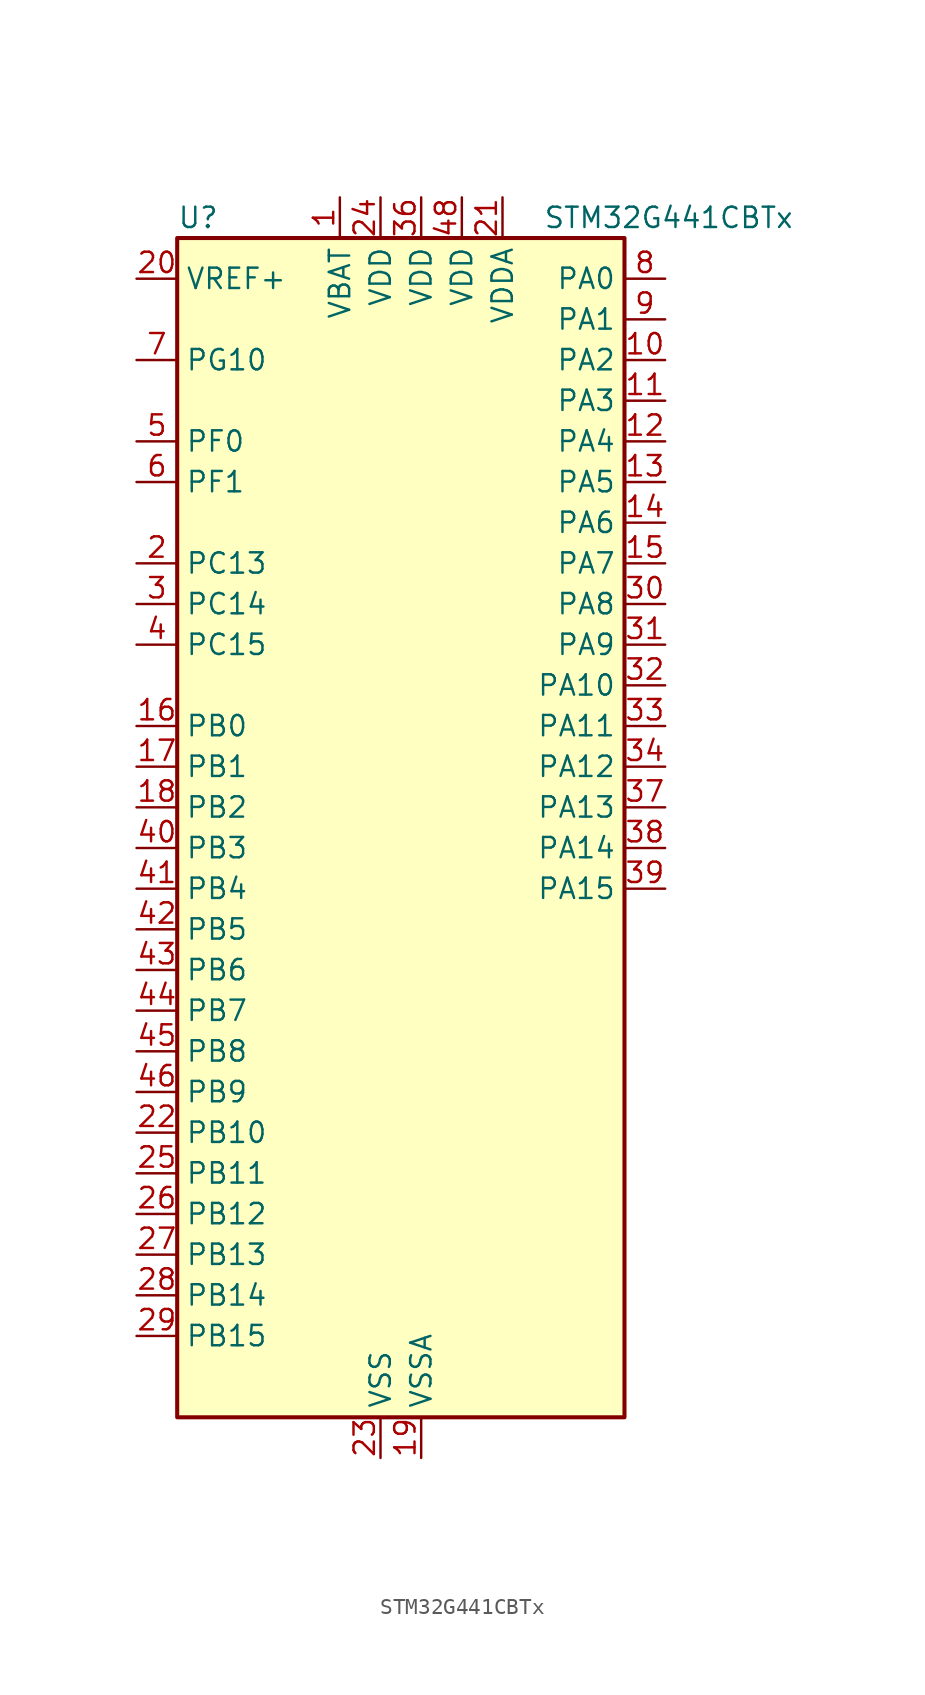
<source format=kicad_sym>
(kicad_symbol_lib
  (version 20231120)
  (generator "kicad_symbol_editor")
  (generator_version "8.0")
  (symbol "STM32G441CBTx"
    (property "Reference" "U"
      (at -12.7 39.37 0)
      (effects (font (size 1.27 1.27)) (justify left)))
    (property "Value" "STM32G441CBTx"
      (at 10.16 39.37 0)
      (effects (font (size 1.27 1.27)) (justify left)))
    (property "ki_locked" ""
      (at 0 0 0)
      (effects (font (size 1.27 1.27))))
    (symbol "STM32G441CBTx_0_1"
      (rectangle (start -12.7 -35.56) (end 15.24 38.1) (stroke (width 0.254) (type default)) (fill (type background))))
    (symbol "STM32G441CBTx_1_1"
      (pin power_in line (at -2.54 40.64 270) (length 2.54) (name "VBAT" (effects (font (size 1.27 1.27)))) (number "1" (effects (font (size 1.27 1.27)))))
      (pin bidirectional line (at 17.78 30.48 180) (length 2.54) (name "PA2" (effects (font (size 1.27 1.27)))) (number "10" (effects (font (size 1.27 1.27)))) (alternate "ADC1_IN3" bidirectional line) (alternate "COMP2_INM" bidirectional line) (alternate "COMP2_OUT" bidirectional line) (alternate "LPUART1_TX" bidirectional line) (alternate "OPAMP1_VOUT" bidirectional line) (alternate "RCC_LSCO" bidirectional line) (alternate "SYS_WKUP4" bidirectional line) (alternate "TIM15_CH1" bidirectional line) (alternate "TIM2_CH3" bidirectional line) (alternate "UCPD1_FRSTX1" bidirectional line) (alternate "UCPD1_FRSTX2" bidirectional line) (alternate "USART2_TX" bidirectional line))
      (pin bidirectional line (at 17.78 27.94 180) (length 2.54) (name "PA3" (effects (font (size 1.27 1.27)))) (number "11" (effects (font (size 1.27 1.27)))) (alternate "ADC1_IN4" bidirectional line) (alternate "COMP2_INP" bidirectional line) (alternate "LPUART1_RX" bidirectional line) (alternate "OPAMP1_VINM" bidirectional line) (alternate "OPAMP1_VINM0" bidirectional line) (alternate "OPAMP1_VINM_SEC" bidirectional line) (alternate "OPAMP1_VINP" bidirectional line) (alternate "OPAMP1_VINP_SEC" bidirectional line) (alternate "SAI1_CK1" bidirectional line) (alternate "SAI1_MCLK_A" bidirectional line) (alternate "TIM15_CH2" bidirectional line) (alternate "TIM2_CH4" bidirectional line) (alternate "USART2_RX" bidirectional line))
      (pin bidirectional line (at 17.78 25.4 180) (length 2.54) (name "PA4" (effects (font (size 1.27 1.27)))) (number "12" (effects (font (size 1.27 1.27)))) (alternate "ADC2_IN17" bidirectional line) (alternate "COMP1_INM" bidirectional line) (alternate "DAC1_OUT1" bidirectional line) (alternate "I2S3_WS" bidirectional line) (alternate "SAI1_FS_B" bidirectional line) (alternate "SPI1_NSS" bidirectional line) (alternate "SPI3_NSS" bidirectional line) (alternate "TIM3_CH2" bidirectional line) (alternate "USART2_CK" bidirectional line))
      (pin bidirectional line (at 17.78 22.86 180) (length 2.54) (name "PA5" (effects (font (size 1.27 1.27)))) (number "13" (effects (font (size 1.27 1.27)))) (alternate "ADC2_IN13" bidirectional line) (alternate "COMP2_INM" bidirectional line) (alternate "DAC1_OUT2" bidirectional line) (alternate "OPAMP2_VINM" bidirectional line) (alternate "OPAMP2_VINM0" bidirectional line) (alternate "OPAMP2_VINM_SEC" bidirectional line) (alternate "SPI1_SCK" bidirectional line) (alternate "TIM2_CH1" bidirectional line) (alternate "TIM2_ETR" bidirectional line) (alternate "UCPD1_FRSTX1" bidirectional line) (alternate "UCPD1_FRSTX2" bidirectional line))
      (pin bidirectional line (at 17.78 20.32 180) (length 2.54) (name "PA6" (effects (font (size 1.27 1.27)))) (number "14" (effects (font (size 1.27 1.27)))) (alternate "ADC2_IN3" bidirectional line) (alternate "COMP1_OUT" bidirectional line) (alternate "LPUART1_CTS" bidirectional line) (alternate "OPAMP2_VOUT" bidirectional line) (alternate "SPI1_MISO" bidirectional line) (alternate "TIM16_CH1" bidirectional line) (alternate "TIM1_BKIN" bidirectional line) (alternate "TIM3_CH1" bidirectional line) (alternate "TIM8_BKIN" bidirectional line))
      (pin bidirectional line (at 17.78 17.78 180) (length 2.54) (name "PA7" (effects (font (size 1.27 1.27)))) (number "15" (effects (font (size 1.27 1.27)))) (alternate "ADC2_IN4" bidirectional line) (alternate "COMP2_INP" bidirectional line) (alternate "COMP2_OUT" bidirectional line) (alternate "OPAMP1_VINP" bidirectional line) (alternate "OPAMP1_VINP_SEC" bidirectional line) (alternate "OPAMP2_VINP" bidirectional line) (alternate "OPAMP2_VINP_SEC" bidirectional line) (alternate "SPI1_MOSI" bidirectional line) (alternate "TIM17_CH1" bidirectional line) (alternate "TIM1_CH1N" bidirectional line) (alternate "TIM3_CH2" bidirectional line) (alternate "TIM8_CH1N" bidirectional line) (alternate "UCPD1_FRSTX1" bidirectional line) (alternate "UCPD1_FRSTX2" bidirectional line))
      (pin bidirectional line (at -15.24 7.62 0) (length 2.54) (name "PB0" (effects (font (size 1.27 1.27)))) (number "16" (effects (font (size 1.27 1.27)))) (alternate "ADC1_IN15" bidirectional line) (alternate "COMP4_INP" bidirectional line) (alternate "OPAMP2_VINP" bidirectional line) (alternate "OPAMP2_VINP_SEC" bidirectional line) (alternate "OPAMP3_VINP" bidirectional line) (alternate "OPAMP3_VINP_SEC" bidirectional line) (alternate "TIM1_CH2N" bidirectional line) (alternate "TIM3_CH3" bidirectional line) (alternate "TIM8_CH2N" bidirectional line) (alternate "UCPD1_FRSTX1" bidirectional line) (alternate "UCPD1_FRSTX2" bidirectional line))
      (pin bidirectional line (at -15.24 5.08 0) (length 2.54) (name "PB1" (effects (font (size 1.27 1.27)))) (number "17" (effects (font (size 1.27 1.27)))) (alternate "ADC1_IN12" bidirectional line) (alternate "COMP1_INP" bidirectional line) (alternate "COMP4_OUT" bidirectional line) (alternate "LPUART1_DE" bidirectional line) (alternate "LPUART1_RTS" bidirectional line) (alternate "OPAMP3_VOUT" bidirectional line) (alternate "TIM1_CH3N" bidirectional line) (alternate "TIM3_CH4" bidirectional line) (alternate "TIM8_CH3N" bidirectional line))
      (pin bidirectional line (at -15.24 2.54 0) (length 2.54) (name "PB2" (effects (font (size 1.27 1.27)))) (number "18" (effects (font (size 1.27 1.27)))) (alternate "ADC2_IN12" bidirectional line) (alternate "COMP4_INM" bidirectional line) (alternate "I2C3_SMBA" bidirectional line) (alternate "LPTIM1_OUT" bidirectional line) (alternate "OPAMP3_VINM" bidirectional line) (alternate "OPAMP3_VINM0" bidirectional line) (alternate "OPAMP3_VINM_SEC" bidirectional line) (alternate "RTC_OUT2" bidirectional line))
      (pin power_in line (at 2.54 -38.1 90) (length 2.54) (name "VSSA" (effects (font (size 1.27 1.27)))) (number "19" (effects (font (size 1.27 1.27)))))
      (pin bidirectional line (at -15.24 17.78 0) (length 2.54) (name "PC13" (effects (font (size 1.27 1.27)))) (number "2" (effects (font (size 1.27 1.27)))) (alternate "RTC_OUT1" bidirectional line) (alternate "RTC_TAMP1" bidirectional line) (alternate "RTC_TS" bidirectional line) (alternate "SYS_WKUP2" bidirectional line) (alternate "TIM1_BKIN" bidirectional line) (alternate "TIM1_CH1N" bidirectional line) (alternate "TIM8_CH4N" bidirectional line))
      (pin input line (at -15.24 35.56 0) (length 2.54) (name "VREF+" (effects (font (size 1.27 1.27)))) (number "20" (effects (font (size 1.27 1.27)))) (alternate "VREFBUF_OUT" bidirectional line))
      (pin power_in line (at 7.62 40.64 270) (length 2.54) (name "VDDA" (effects (font (size 1.27 1.27)))) (number "21" (effects (font (size 1.27 1.27)))))
      (pin bidirectional line (at -15.24 -17.78 0) (length 2.54) (name "PB10" (effects (font (size 1.27 1.27)))) (number "22" (effects (font (size 1.27 1.27)))) (alternate "DAC1_EXTI10" bidirectional line) (alternate "DAC3_EXTI10" bidirectional line) (alternate "LPUART1_RX" bidirectional line) (alternate "OPAMP3_VINM" bidirectional line) (alternate "OPAMP3_VINM1" bidirectional line) (alternate "OPAMP3_VINM_SEC" bidirectional line) (alternate "SAI1_SCK_A" bidirectional line) (alternate "TIM1_BKIN" bidirectional line) (alternate "TIM2_CH3" bidirectional line) (alternate "USART3_TX" bidirectional line))
      (pin power_in line (at 0 -38.1 90) (length 2.54) (name "VSS" (effects (font (size 1.27 1.27)))) (number "23" (effects (font (size 1.27 1.27)))))
      (pin power_in line (at 0 40.64 270) (length 2.54) (name "VDD" (effects (font (size 1.27 1.27)))) (number "24" (effects (font (size 1.27 1.27)))))
      (pin bidirectional line (at -15.24 -20.32 0) (length 2.54) (name "PB11" (effects (font (size 1.27 1.27)))) (number "25" (effects (font (size 1.27 1.27)))) (alternate "ADC1_EXTI11" bidirectional line) (alternate "ADC1_IN14" bidirectional line) (alternate "ADC2_EXTI11" bidirectional line) (alternate "ADC2_IN14" bidirectional line) (alternate "LPUART1_TX" bidirectional line) (alternate "TIM2_CH4" bidirectional line) (alternate "USART3_RX" bidirectional line))
      (pin bidirectional line (at -15.24 -22.86 0) (length 2.54) (name "PB12" (effects (font (size 1.27 1.27)))) (number "26" (effects (font (size 1.27 1.27)))) (alternate "ADC1_IN11" bidirectional line) (alternate "I2C2_SMBA" bidirectional line) (alternate "I2S2_WS" bidirectional line) (alternate "LPUART1_DE" bidirectional line) (alternate "LPUART1_RTS" bidirectional line) (alternate "SPI2_NSS" bidirectional line) (alternate "TIM1_BKIN" bidirectional line) (alternate "USART3_CK" bidirectional line))
      (pin bidirectional line (at -15.24 -25.4 0) (length 2.54) (name "PB13" (effects (font (size 1.27 1.27)))) (number "27" (effects (font (size 1.27 1.27)))) (alternate "I2S2_CK" bidirectional line) (alternate "LPUART1_CTS" bidirectional line) (alternate "OPAMP3_VINP" bidirectional line) (alternate "OPAMP3_VINP_SEC" bidirectional line) (alternate "SPI2_SCK" bidirectional line) (alternate "TIM1_CH1N" bidirectional line) (alternate "USART3_CTS" bidirectional line) (alternate "USART3_NSS" bidirectional line))
      (pin bidirectional line (at -15.24 -27.94 0) (length 2.54) (name "PB14" (effects (font (size 1.27 1.27)))) (number "28" (effects (font (size 1.27 1.27)))) (alternate "ADC1_IN5" bidirectional line) (alternate "COMP4_OUT" bidirectional line) (alternate "OPAMP2_VINP" bidirectional line) (alternate "OPAMP2_VINP_SEC" bidirectional line) (alternate "SPI2_MISO" bidirectional line) (alternate "TIM15_CH1" bidirectional line) (alternate "TIM1_CH2N" bidirectional line) (alternate "USART3_DE" bidirectional line) (alternate "USART3_RTS" bidirectional line))
      (pin bidirectional line (at -15.24 -30.48 0) (length 2.54) (name "PB15" (effects (font (size 1.27 1.27)))) (number "29" (effects (font (size 1.27 1.27)))) (alternate "ADC1_EXTI15" bidirectional line) (alternate "ADC2_EXTI15" bidirectional line) (alternate "ADC2_IN15" bidirectional line) (alternate "COMP3_OUT" bidirectional line) (alternate "I2S2_SD" bidirectional line) (alternate "RTC_REFIN" bidirectional line) (alternate "SPI2_MOSI" bidirectional line) (alternate "TIM15_CH1N" bidirectional line) (alternate "TIM15_CH2" bidirectional line) (alternate "TIM1_CH3N" bidirectional line))
      (pin bidirectional line (at -15.24 15.24 0) (length 2.54) (name "PC14" (effects (font (size 1.27 1.27)))) (number "3" (effects (font (size 1.27 1.27)))) (alternate "RCC_OSC32_IN" bidirectional line))
      (pin bidirectional line (at 17.78 15.24 180) (length 2.54) (name "PA8" (effects (font (size 1.27 1.27)))) (number "30" (effects (font (size 1.27 1.27)))) (alternate "I2C2_SDA" bidirectional line) (alternate "I2C3_SCL" bidirectional line) (alternate "I2S2_MCK" bidirectional line) (alternate "RCC_MCO" bidirectional line) (alternate "SAI1_CK2" bidirectional line) (alternate "SAI1_SCK_A" bidirectional line) (alternate "TIM1_CH1" bidirectional line) (alternate "TIM4_ETR" bidirectional line) (alternate "USART1_CK" bidirectional line))
      (pin bidirectional line (at 17.78 12.7 180) (length 2.54) (name "PA9" (effects (font (size 1.27 1.27)))) (number "31" (effects (font (size 1.27 1.27)))) (alternate "DAC1_EXTI9" bidirectional line) (alternate "DAC3_EXTI9" bidirectional line) (alternate "I2C2_SCL" bidirectional line) (alternate "I2C3_SMBA" bidirectional line) (alternate "I2S3_MCK" bidirectional line) (alternate "SAI1_FS_A" bidirectional line) (alternate "TIM15_BKIN" bidirectional line) (alternate "TIM1_CH2" bidirectional line) (alternate "TIM2_CH3" bidirectional line) (alternate "UCPD1_DBCC1" bidirectional line) (alternate "USART1_TX" bidirectional line))
      (pin bidirectional line (at 17.78 10.16 180) (length 2.54) (name "PA10" (effects (font (size 1.27 1.27)))) (number "32" (effects (font (size 1.27 1.27)))) (alternate "CRS_SYNC" bidirectional line) (alternate "DAC1_EXTI10" bidirectional line) (alternate "DAC3_EXTI10" bidirectional line) (alternate "I2C2_SMBA" bidirectional line) (alternate "SAI1_D1" bidirectional line) (alternate "SAI1_SD_A" bidirectional line) (alternate "SPI2_MISO" bidirectional line) (alternate "TIM17_BKIN" bidirectional line) (alternate "TIM1_CH3" bidirectional line) (alternate "TIM2_CH4" bidirectional line) (alternate "TIM8_BKIN" bidirectional line) (alternate "UCPD1_DBCC2" bidirectional line) (alternate "USART1_RX" bidirectional line))
      (pin bidirectional line (at 17.78 7.62 180) (length 2.54) (name "PA11" (effects (font (size 1.27 1.27)))) (number "33" (effects (font (size 1.27 1.27)))) (alternate "ADC1_EXTI11" bidirectional line) (alternate "ADC2_EXTI11" bidirectional line) (alternate "COMP1_OUT" bidirectional line) (alternate "FDCAN1_RX" bidirectional line) (alternate "I2S2_SD" bidirectional line) (alternate "SPI2_MOSI" bidirectional line) (alternate "TIM1_BKIN2" bidirectional line) (alternate "TIM1_CH1N" bidirectional line) (alternate "TIM1_CH4" bidirectional line) (alternate "TIM4_CH1" bidirectional line) (alternate "USART1_CTS" bidirectional line) (alternate "USART1_NSS" bidirectional line) (alternate "USB_DM" bidirectional line))
      (pin bidirectional line (at 17.78 5.08 180) (length 2.54) (name "PA12" (effects (font (size 1.27 1.27)))) (number "34" (effects (font (size 1.27 1.27)))) (alternate "COMP2_OUT" bidirectional line) (alternate "FDCAN1_TX" bidirectional line) (alternate "I2S_CKIN" bidirectional line) (alternate "TIM16_CH1" bidirectional line) (alternate "TIM1_CH2N" bidirectional line) (alternate "TIM1_ETR" bidirectional line) (alternate "TIM4_CH2" bidirectional line) (alternate "USART1_DE" bidirectional line) (alternate "USART1_RTS" bidirectional line) (alternate "USB_DP" bidirectional line))
      (pin passive line (at 0 -38.1 90) (length 2.54) hide (name "VSS" (effects (font (size 1.27 1.27)))) (number "35" (effects (font (size 1.27 1.27)))))
      (pin power_in line (at 2.54 40.64 270) (length 2.54) (name "VDD" (effects (font (size 1.27 1.27)))) (number "36" (effects (font (size 1.27 1.27)))))
      (pin bidirectional line (at 17.78 2.54 180) (length 2.54) (name "PA13" (effects (font (size 1.27 1.27)))) (number "37" (effects (font (size 1.27 1.27)))) (alternate "I2C1_SCL" bidirectional line) (alternate "IR_OUT" bidirectional line) (alternate "SAI1_SD_B" bidirectional line) (alternate "SYS_JTMS-SWDIO" bidirectional line) (alternate "TIM16_CH1N" bidirectional line) (alternate "TIM4_CH3" bidirectional line) (alternate "USART3_CTS" bidirectional line) (alternate "USART3_NSS" bidirectional line))
      (pin bidirectional line (at 17.78 0 180) (length 2.54) (name "PA14" (effects (font (size 1.27 1.27)))) (number "38" (effects (font (size 1.27 1.27)))) (alternate "I2C1_SDA" bidirectional line) (alternate "LPTIM1_OUT" bidirectional line) (alternate "SAI1_FS_B" bidirectional line) (alternate "SYS_JTCK-SWCLK" bidirectional line) (alternate "TIM1_BKIN" bidirectional line) (alternate "TIM8_CH2" bidirectional line) (alternate "USART2_TX" bidirectional line))
      (pin bidirectional line (at 17.78 -2.54 180) (length 2.54) (name "PA15" (effects (font (size 1.27 1.27)))) (number "39" (effects (font (size 1.27 1.27)))) (alternate "ADC1_EXTI15" bidirectional line) (alternate "ADC2_EXTI15" bidirectional line) (alternate "I2C1_SCL" bidirectional line) (alternate "I2S3_WS" bidirectional line) (alternate "SPI1_NSS" bidirectional line) (alternate "SPI3_NSS" bidirectional line) (alternate "SYS_JTDI" bidirectional line) (alternate "TIM1_BKIN" bidirectional line) (alternate "TIM2_CH1" bidirectional line) (alternate "TIM2_ETR" bidirectional line) (alternate "TIM8_CH1" bidirectional line) (alternate "USART2_RX" bidirectional line))
      (pin bidirectional line (at -15.24 12.7 0) (length 2.54) (name "PC15" (effects (font (size 1.27 1.27)))) (number "4" (effects (font (size 1.27 1.27)))) (alternate "ADC1_EXTI15" bidirectional line) (alternate "ADC2_EXTI15" bidirectional line) (alternate "RCC_OSC32_OUT" bidirectional line))
      (pin bidirectional line (at -15.24 0 0) (length 2.54) (name "PB3" (effects (font (size 1.27 1.27)))) (number "40" (effects (font (size 1.27 1.27)))) (alternate "CRS_SYNC" bidirectional line) (alternate "I2S3_CK" bidirectional line) (alternate "SAI1_SCK_B" bidirectional line) (alternate "SPI1_SCK" bidirectional line) (alternate "SPI3_SCK" bidirectional line) (alternate "SYS_JTDO-SWO" bidirectional line) (alternate "TIM2_CH2" bidirectional line) (alternate "TIM3_ETR" bidirectional line) (alternate "TIM4_ETR" bidirectional line) (alternate "TIM8_CH1N" bidirectional line) (alternate "USART2_TX" bidirectional line))
      (pin bidirectional line (at -15.24 -2.54 0) (length 2.54) (name "PB4" (effects (font (size 1.27 1.27)))) (number "41" (effects (font (size 1.27 1.27)))) (alternate "SAI1_MCLK_B" bidirectional line) (alternate "SPI1_MISO" bidirectional line) (alternate "SPI3_MISO" bidirectional line) (alternate "SYS_JTRST" bidirectional line) (alternate "TIM16_CH1" bidirectional line) (alternate "TIM17_BKIN" bidirectional line) (alternate "TIM3_CH1" bidirectional line) (alternate "TIM8_CH2N" bidirectional line) (alternate "UCPD1_CC2" bidirectional line) (alternate "USART2_RX" bidirectional line))
      (pin bidirectional line (at -15.24 -5.08 0) (length 2.54) (name "PB5" (effects (font (size 1.27 1.27)))) (number "42" (effects (font (size 1.27 1.27)))) (alternate "I2C1_SMBA" bidirectional line) (alternate "I2C3_SDA" bidirectional line) (alternate "I2S3_SD" bidirectional line) (alternate "LPTIM1_IN1" bidirectional line) (alternate "SAI1_SD_B" bidirectional line) (alternate "SPI1_MOSI" bidirectional line) (alternate "SPI3_MOSI" bidirectional line) (alternate "TIM16_BKIN" bidirectional line) (alternate "TIM17_CH1" bidirectional line) (alternate "TIM3_CH2" bidirectional line) (alternate "TIM8_CH3N" bidirectional line) (alternate "USART2_CK" bidirectional line))
      (pin bidirectional line (at -15.24 -7.62 0) (length 2.54) (name "PB6" (effects (font (size 1.27 1.27)))) (number "43" (effects (font (size 1.27 1.27)))) (alternate "COMP4_OUT" bidirectional line) (alternate "LPTIM1_ETR" bidirectional line) (alternate "SAI1_FS_B" bidirectional line) (alternate "TIM16_CH1N" bidirectional line) (alternate "TIM4_CH1" bidirectional line) (alternate "TIM8_BKIN2" bidirectional line) (alternate "TIM8_CH1" bidirectional line) (alternate "TIM8_ETR" bidirectional line) (alternate "UCPD1_CC1" bidirectional line) (alternate "USART1_TX" bidirectional line))
      (pin bidirectional line (at -15.24 -10.16 0) (length 2.54) (name "PB7" (effects (font (size 1.27 1.27)))) (number "44" (effects (font (size 1.27 1.27)))) (alternate "COMP3_OUT" bidirectional line) (alternate "I2C1_SDA" bidirectional line) (alternate "LPTIM1_IN2" bidirectional line) (alternate "SYS_PVD_IN" bidirectional line) (alternate "TIM17_CH1N" bidirectional line) (alternate "TIM3_CH4" bidirectional line) (alternate "TIM4_CH2" bidirectional line) (alternate "TIM8_BKIN" bidirectional line) (alternate "USART1_RX" bidirectional line))
      (pin bidirectional line (at -15.24 -12.7 0) (length 2.54) (name "PB8" (effects (font (size 1.27 1.27)))) (number "45" (effects (font (size 1.27 1.27)))) (alternate "COMP1_OUT" bidirectional line) (alternate "FDCAN1_RX" bidirectional line) (alternate "I2C1_SCL" bidirectional line) (alternate "SAI1_CK1" bidirectional line) (alternate "SAI1_MCLK_A" bidirectional line) (alternate "TIM16_CH1" bidirectional line) (alternate "TIM1_BKIN" bidirectional line) (alternate "TIM4_CH3" bidirectional line) (alternate "TIM8_CH2" bidirectional line) (alternate "USART3_RX" bidirectional line))
      (pin bidirectional line (at -15.24 -15.24 0) (length 2.54) (name "PB9" (effects (font (size 1.27 1.27)))) (number "46" (effects (font (size 1.27 1.27)))) (alternate "COMP2_OUT" bidirectional line) (alternate "DAC1_EXTI9" bidirectional line) (alternate "DAC3_EXTI9" bidirectional line) (alternate "FDCAN1_TX" bidirectional line) (alternate "I2C1_SDA" bidirectional line) (alternate "IR_OUT" bidirectional line) (alternate "SAI1_D2" bidirectional line) (alternate "SAI1_FS_A" bidirectional line) (alternate "TIM17_CH1" bidirectional line) (alternate "TIM1_CH3N" bidirectional line) (alternate "TIM4_CH4" bidirectional line) (alternate "TIM8_CH3" bidirectional line) (alternate "USART3_TX" bidirectional line))
      (pin passive line (at 0 -38.1 90) (length 2.54) hide (name "VSS" (effects (font (size 1.27 1.27)))) (number "47" (effects (font (size 1.27 1.27)))))
      (pin power_in line (at 5.08 40.64 270) (length 2.54) (name "VDD" (effects (font (size 1.27 1.27)))) (number "48" (effects (font (size 1.27 1.27)))))
      (pin bidirectional line (at -15.24 25.4 0) (length 2.54) (name "PF0" (effects (font (size 1.27 1.27)))) (number "5" (effects (font (size 1.27 1.27)))) (alternate "ADC1_IN10" bidirectional line) (alternate "I2C2_SDA" bidirectional line) (alternate "I2S2_WS" bidirectional line) (alternate "RCC_OSC_IN" bidirectional line) (alternate "SPI2_NSS" bidirectional line) (alternate "TIM1_CH3N" bidirectional line))
      (pin bidirectional line (at -15.24 22.86 0) (length 2.54) (name "PF1" (effects (font (size 1.27 1.27)))) (number "6" (effects (font (size 1.27 1.27)))) (alternate "ADC2_IN10" bidirectional line) (alternate "COMP3_INM" bidirectional line) (alternate "I2S2_CK" bidirectional line) (alternate "RCC_OSC_OUT" bidirectional line) (alternate "SPI2_SCK" bidirectional line))
      (pin bidirectional line (at -15.24 30.48 0) (length 2.54) (name "PG10" (effects (font (size 1.27 1.27)))) (number "7" (effects (font (size 1.27 1.27)))) (alternate "DAC1_EXTI10" bidirectional line) (alternate "DAC3_EXTI10" bidirectional line) (alternate "RCC_MCO" bidirectional line))
      (pin bidirectional line (at 17.78 35.56 180) (length 2.54) (name "PA0" (effects (font (size 1.27 1.27)))) (number "8" (effects (font (size 1.27 1.27)))) (alternate "ADC1_IN1" bidirectional line) (alternate "ADC2_IN1" bidirectional line) (alternate "COMP1_INM" bidirectional line) (alternate "COMP1_OUT" bidirectional line) (alternate "COMP3_INP" bidirectional line) (alternate "RTC_TAMP2" bidirectional line) (alternate "SYS_WKUP1" bidirectional line) (alternate "TIM2_CH1" bidirectional line) (alternate "TIM2_ETR" bidirectional line) (alternate "TIM8_BKIN" bidirectional line) (alternate "TIM8_ETR" bidirectional line) (alternate "USART2_CTS" bidirectional line) (alternate "USART2_NSS" bidirectional line))
      (pin bidirectional line (at 17.78 33.02 180) (length 2.54) (name "PA1" (effects (font (size 1.27 1.27)))) (number "9" (effects (font (size 1.27 1.27)))) (alternate "ADC1_IN2" bidirectional line) (alternate "ADC2_IN2" bidirectional line) (alternate "COMP1_INP" bidirectional line) (alternate "OPAMP1_VINP" bidirectional line) (alternate "OPAMP1_VINP_SEC" bidirectional line) (alternate "OPAMP3_VINP" bidirectional line) (alternate "OPAMP3_VINP_SEC" bidirectional line) (alternate "RTC_REFIN" bidirectional line) (alternate "TIM15_CH1N" bidirectional line) (alternate "TIM2_CH2" bidirectional line) (alternate "USART2_DE" bidirectional line) (alternate "USART2_RTS" bidirectional line)))))
</source>
